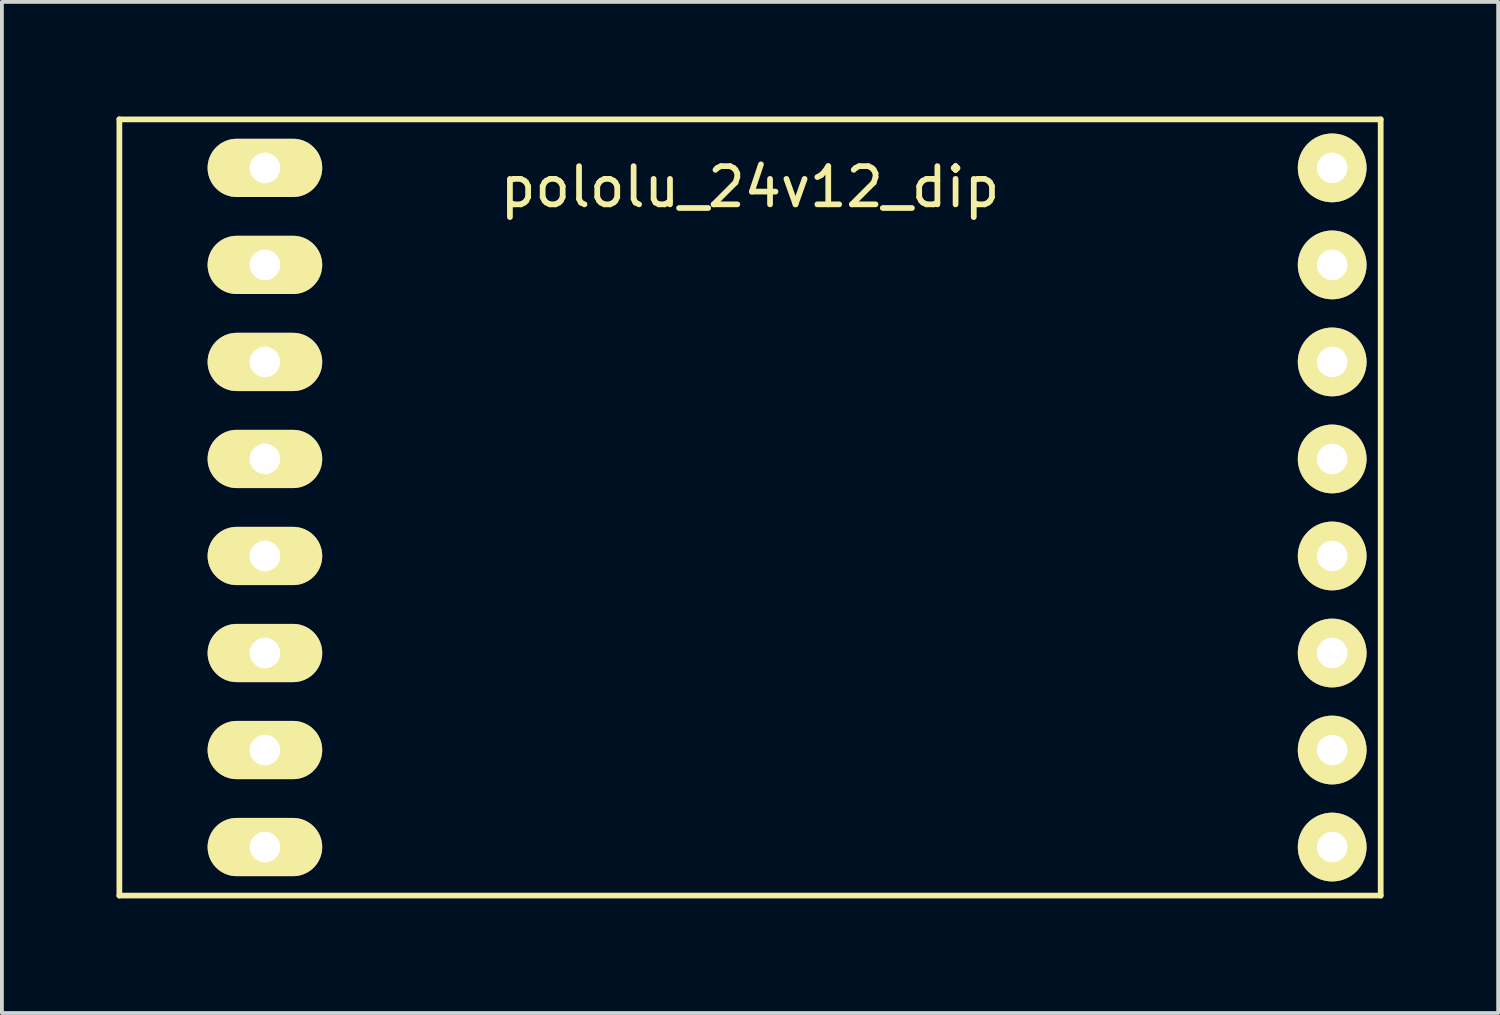
<source format=kicad_pcb>
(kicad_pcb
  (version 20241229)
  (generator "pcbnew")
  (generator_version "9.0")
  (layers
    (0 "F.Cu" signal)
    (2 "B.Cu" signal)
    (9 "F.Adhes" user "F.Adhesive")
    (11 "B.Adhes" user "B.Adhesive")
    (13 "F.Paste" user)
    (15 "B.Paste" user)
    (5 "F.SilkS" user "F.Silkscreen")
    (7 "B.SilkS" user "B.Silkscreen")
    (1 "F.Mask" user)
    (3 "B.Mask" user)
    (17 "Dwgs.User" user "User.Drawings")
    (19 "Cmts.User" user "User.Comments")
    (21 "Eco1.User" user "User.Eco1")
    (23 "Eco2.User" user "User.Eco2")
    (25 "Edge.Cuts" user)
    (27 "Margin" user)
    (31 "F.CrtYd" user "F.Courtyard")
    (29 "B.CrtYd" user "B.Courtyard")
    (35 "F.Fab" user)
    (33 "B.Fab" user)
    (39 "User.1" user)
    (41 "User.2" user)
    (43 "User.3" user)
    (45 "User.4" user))
  (footprint "pololu_24v12_dip"
    (layer "F.Cu")
    (at 16.585 10.235)
    (property "Reference" "pololu_24v12_dip" (at 0 -8.39 0) (layer "F.SilkS") (effects (font (size 1 1) (thickness 0.15))))
    (attr through_hole)
    (fp_line (start -16.51 -10.16) (end 16.51 -10.16) (stroke (width 0.15) (type solid)) (layer "F.SilkS"))
    (fp_line (start -16.51 10.16) (end -16.51 -10.16) (stroke (width 0.15) (type solid)) (layer "F.SilkS"))
    (fp_line (start 16.51 -10.16) (end 16.51 10.16) (stroke (width 0.15) (type solid)) (layer "F.SilkS"))
    (fp_line (start 16.51 10.16) (end -16.51 10.16) (stroke (width 0.15) (type solid)) (layer "F.SilkS"))
    (pad "1" thru_hole oval (at -12.7 -8.89) (size 3 1.524) (drill 0.8) (layers "*.Cu" "*.Mask" "F.SilkS"))
    (pad "2" thru_hole oval (at -12.7 -6.35) (size 3 1.524) (drill 0.8) (layers "*.Cu" "*.Mask" "F.SilkS"))
    (pad "3" thru_hole oval (at -12.7 -3.81) (size 3 1.524) (drill 0.8) (layers "*.Cu" "*.Mask" "F.SilkS"))
    (pad "4" thru_hole oval (at -12.7 -1.27) (size 3 1.524) (drill 0.8) (layers "*.Cu" "*.Mask" "F.SilkS"))
    (pad "5" thru_hole oval (at -12.7 1.27) (size 3 1.524) (drill 0.8) (layers "*.Cu" "*.Mask" "F.SilkS"))
    (pad "6" thru_hole oval (at -12.7 3.81) (size 3 1.524) (drill 0.8) (layers "*.Cu" "*.Mask" "F.SilkS"))
    (pad "7" thru_hole oval (at -12.7 6.35) (size 3 1.524) (drill 0.8) (layers "*.Cu" "*.Mask" "F.SilkS"))
    (pad "8" thru_hole oval (at -12.7 8.89) (size 3 1.524) (drill 0.8) (layers "*.Cu" "*.Mask" "F.SilkS"))
    (pad "9" thru_hole circle (at 15.24 8.89) (size 1.8 1.8) (drill 0.8) (layers "*.Cu" "*.Mask" "F.SilkS"))
    (pad "10" thru_hole circle (at 15.24 6.35) (size 1.8 1.8) (drill 0.8) (layers "*.Cu" "*.Mask" "F.SilkS"))
    (pad "11" thru_hole circle (at 15.24 3.81) (size 1.8 1.8) (drill 0.8) (layers "*.Cu" "*.Mask" "F.SilkS"))
    (pad "12" thru_hole circle (at 15.24 1.27) (size 1.8 1.8) (drill 0.8) (layers "*.Cu" "*.Mask" "F.SilkS"))
    (pad "13" thru_hole circle (at 15.24 -1.27) (size 1.8 1.8) (drill 0.8) (layers "*.Cu" "*.Mask" "F.SilkS"))
    (pad "14" thru_hole circle (at 15.24 -3.81) (size 1.8 1.8) (drill 0.8) (layers "*.Cu" "*.Mask" "F.SilkS"))
    (pad "15" thru_hole circle (at 15.24 -6.35) (size 1.8 1.8) (drill 0.8) (layers "*.Cu" "*.Mask" "F.SilkS"))
    (pad "16" thru_hole circle (at 15.24 -8.89) (size 1.8 1.8) (drill 0.8) (layers "*.Cu" "*.Mask" "F.SilkS")))
  (gr_rect
    (start -3 -3)
    (end 36.17 23.47)
    (stroke (width 0.1) (type default))
    (fill no)
    (layer "Edge.Cuts")))
</source>
